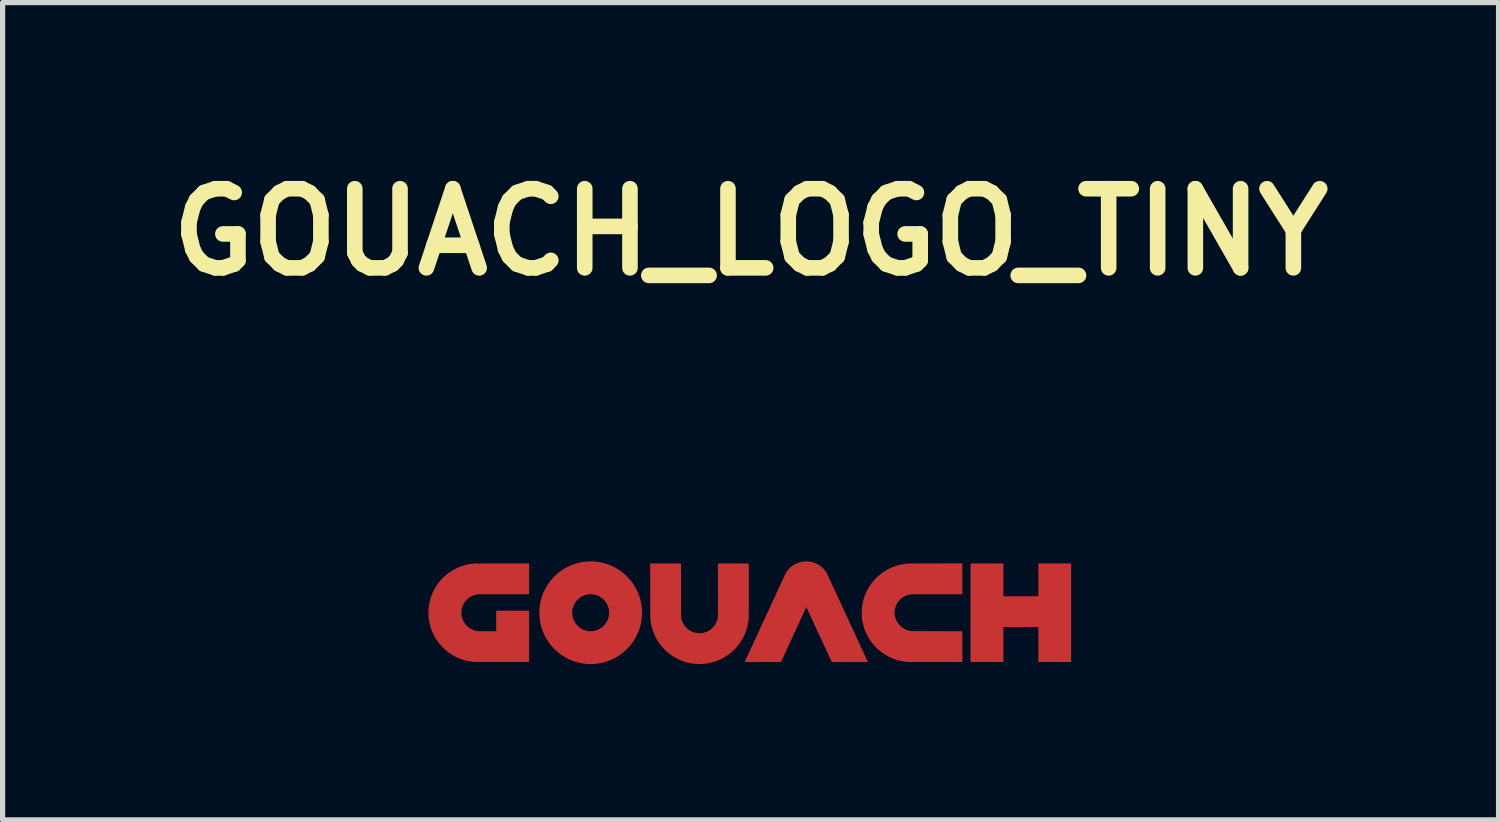
<source format=kicad_pcb>
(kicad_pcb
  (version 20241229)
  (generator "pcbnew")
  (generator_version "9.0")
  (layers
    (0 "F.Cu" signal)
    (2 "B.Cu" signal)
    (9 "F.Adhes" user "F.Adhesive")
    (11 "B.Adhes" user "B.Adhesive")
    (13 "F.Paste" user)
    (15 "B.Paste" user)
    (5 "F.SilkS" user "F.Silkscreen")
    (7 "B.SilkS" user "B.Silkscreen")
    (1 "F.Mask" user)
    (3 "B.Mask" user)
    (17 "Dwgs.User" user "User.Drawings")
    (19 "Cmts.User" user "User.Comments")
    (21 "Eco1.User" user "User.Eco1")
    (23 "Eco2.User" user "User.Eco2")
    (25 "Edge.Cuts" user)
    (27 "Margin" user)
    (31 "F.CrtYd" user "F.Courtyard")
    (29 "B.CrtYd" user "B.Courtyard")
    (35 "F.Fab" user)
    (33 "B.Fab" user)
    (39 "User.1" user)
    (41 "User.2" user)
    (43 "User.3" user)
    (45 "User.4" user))
  (footprint "GOUACH_LOGO_TINY"
    (layer "F.Cu")
    (at 11.401 8.718)
    (property "Reference" "GOUACH_LOGO_TINY" (at 0 -7.3 0) (layer "F.SilkS") (effects (font (size 1.524 1.524) (thickness 0.3))))
    (attr smd)
    (fp_poly (pts (xy 4.868 -0.288) (xy 5.54 -0.288) (xy 5.54 -0.92) (xy 6.172 -0.92) (xy 6.172 0.978) (xy 5.54 0.978) (xy 5.54 0.306) (xy 4.868 0.306) (xy 4.868 0.978) (xy 4.235 0.978) (xy 4.235 -0.92) (xy 4.868 -0.92)) (stroke (width 0) (type solid)) (fill yes) (layer "F.Cu"))
    (fp_poly (pts (xy -1.339 -0.415) (xy -1.339 -0.375) (xy -1.339 -0.338) (xy -1.339 -0.268) (xy -1.339 -0.237) (xy -1.339 -0.207) (xy -1.339 -0.178) (xy -1.339 -0.152) (xy -1.339 -0.127) (xy -1.339 -0.104) (xy -1.339 -0.083) (xy -1.339 -0.063) (xy -1.338 -0.044) (xy -1.338 -0.027) (xy -1.338 -0.011) (xy -1.338 0.004) (xy -1.338 0.017) (xy -1.338 0.03) (xy -1.338 0.041) (xy -1.338 0.051) (xy -1.338 0.061) (xy -1.338 0.069) (xy -1.338 0.076) (xy -1.338 0.083) (xy -1.337 0.089) (xy -1.337 0.095) (xy -1.337 0.099) (xy -1.337 0.103) (xy -1.337 0.107) (xy -1.336 0.11) (xy -1.336 0.113) (xy -1.336 0.116) (xy -1.336 0.118) (xy -1.335 0.12) (xy -1.335 0.122) (xy -1.335 0.124) (xy -1.334 0.126) (xy -1.334 0.128) (xy -1.334 0.13) (xy -1.333 0.132) (xy -1.333 0.132) (xy -1.327 0.16) (xy -1.319 0.186) (xy -1.309 0.211) (xy -1.297 0.236) (xy -1.283 0.259) (xy -1.267 0.282) (xy -1.25 0.303) (xy -1.234 0.32) (xy -1.213 0.339) (xy -1.192 0.356) (xy -1.169 0.371) (xy -1.146 0.384) (xy -1.121 0.396) (xy -1.095 0.405) (xy -1.069 0.413) (xy -1.041 0.419) (xy -1.027 0.421) (xy -1.019 0.422) (xy -1.009 0.422) (xy -0.999 0.423) (xy -0.987 0.423) (xy -0.976 0.423) (xy -0.964 0.423) (xy -0.954 0.422) (xy -0.945 0.421) (xy -0.939 0.421) (xy -0.912 0.416) (xy -0.885 0.409) (xy -0.858 0.401) (xy -0.833 0.39) (xy -0.809 0.378) (xy -0.786 0.364) (xy -0.764 0.348) (xy -0.743 0.33) (xy -0.724 0.31) (xy -0.705 0.289) (xy -0.697 0.278) (xy -0.682 0.257) (xy -0.669 0.234) (xy -0.658 0.211) (xy -0.648 0.186) (xy -0.64 0.161) (xy -0.634 0.134) (xy -0.631 0.117) (xy -0.629 0.103) (xy -0.628 -0.408) (xy -0.628 -0.92) (xy -0.034 -0.92) (xy -0.034 -0.413) (xy -0.034 -0.37) (xy -0.034 -0.328) (xy -0.034 -0.289) (xy -0.034 -0.251) (xy -0.034 -0.215) (xy -0.034 -0.181) (xy -0.034 -0.148) (xy -0.034 -0.117) (xy -0.034 -0.088) (xy -0.034 -0.061) (xy -0.034 -0.036) (xy -0.035 -0.012) (xy -0.035 0.01) (xy -0.035 0.029) (xy -0.035 0.047) (xy -0.035 0.063) (xy -0.035 0.076) (xy -0.035 0.088) (xy -0.035 0.098) (xy -0.035 0.105) (xy -0.035 0.111) (xy -0.035 0.114) (xy -0.035 0.115) (xy -0.039 0.161) (xy -0.044 0.206) (xy -0.052 0.25) (xy -0.061 0.294) (xy -0.073 0.337) (xy -0.086 0.379) (xy -0.102 0.421) (xy -0.119 0.462) (xy -0.139 0.502) (xy -0.161 0.541) (xy -0.184 0.58) (xy -0.194 0.595) (xy -0.22 0.632) (xy -0.248 0.668) (xy -0.277 0.702) (xy -0.307 0.734) (xy -0.34 0.765) (xy -0.373 0.795) (xy -0.409 0.823) (xy -0.414 0.827) (xy -0.45 0.853) (xy -0.487 0.877) (xy -0.525 0.899) (xy -0.564 0.92) (xy -0.604 0.938) (xy -0.645 0.955) (xy -0.683 0.968) (xy -0.726 0.981) (xy -0.769 0.993) (xy -0.813 1.002) (xy -0.857 1.009) (xy -0.902 1.013) (xy -0.946 1.016) (xy -0.992 1.017) (xy -1.022 1.016) (xy -1.066 1.013) (xy -1.11 1.008) (xy -1.154 1.002) (xy -1.197 0.993) (xy -1.24 0.982) (xy -1.281 0.969) (xy -1.323 0.954) (xy -1.363 0.938) (xy -1.402 0.92) (xy -1.441 0.9) (xy -1.478 0.878) (xy -1.515 0.854) (xy -1.55 0.829) (xy -1.585 0.802) (xy -1.618 0.774) (xy -1.65 0.744) (xy -1.68 0.712) (xy -1.709 0.679) (xy -1.737 0.645) (xy -1.763 0.609) (xy -1.788 0.572) (xy -1.811 0.533) (xy -1.817 0.522) (xy -1.837 0.483) (xy -1.855 0.444) (xy -1.871 0.403) (xy -1.886 0.362) (xy -1.899 0.32) (xy -1.909 0.278) (xy -1.918 0.235) (xy -1.923 0.201) (xy -1.924 0.194) (xy -1.925 0.187) (xy -1.926 0.179) (xy -1.927 0.171) (xy -1.928 0.162) (xy -1.929 0.151) (xy -1.93 0.139) (xy -1.931 0.134) (xy -1.931 0.133) (xy -1.931 0.13) (xy -1.931 0.126) (xy -1.931 0.121) (xy -1.931 0.114) (xy -1.931 0.106) (xy -1.931 0.097) (xy -1.931 0.087) (xy -1.931 0.075) (xy -1.931 0.061) (xy -1.931 0.046) (xy -1.932 0.03) (xy -1.932 0.012) (xy -1.932 -0.008) (xy -1.932 -0.029) (xy -1.932 -0.052) (xy -1.932 -0.077) (xy -1.932 -0.103) (xy -1.932 -0.132) (xy -1.932 -0.162) (xy -1.932 -0.194) (xy -1.932 -0.228) (xy -1.932 -0.264) (xy -1.932 -0.302) (xy -1.932 -0.342) (xy -1.932 -0.384) (xy -1.932 -0.399) (xy -1.933 -0.92) (xy -1.339 -0.92)) (stroke (width 0) (type solid)) (fill yes) (layer "F.Cu"))
    (fp_poly (pts (xy -4.264 -0.327) (xy -4.755 -0.326) (xy -4.793 -0.326) (xy -4.83 -0.326) (xy -4.865 -0.326) (xy -4.897 -0.326) (xy -4.928 -0.326) (xy -4.957 -0.326) (xy -4.984 -0.326) (xy -5.01 -0.326) (xy -5.033 -0.326) (xy -5.055 -0.326) (xy -5.076 -0.326) (xy -5.095 -0.326) (xy -5.113 -0.326) (xy -5.129 -0.326) (xy -5.144 -0.326) (xy -5.158 -0.326) (xy -5.17 -0.326) (xy -5.182 -0.326) (xy -5.192 -0.326) (xy -5.201 -0.326) (xy -5.209 -0.326) (xy -5.217 -0.326) (xy -5.223 -0.326) (xy -5.229 -0.325) (xy -5.234 -0.325) (xy -5.239 -0.325) (xy -5.242 -0.325) (xy -5.246 -0.325) (xy -5.248 -0.325) (xy -5.251 -0.325) (xy -5.252 -0.325) (xy -5.254 -0.325) (xy -5.255 -0.324) (xy -5.257 -0.324) (xy -5.257 -0.324) (xy -5.28 -0.32) (xy -5.301 -0.316) (xy -5.32 -0.31) (xy -5.339 -0.304) (xy -5.358 -0.296) (xy -5.372 -0.289) (xy -5.394 -0.277) (xy -5.413 -0.265) (xy -5.432 -0.251) (xy -5.45 -0.236) (xy -5.464 -0.223) (xy -5.481 -0.205) (xy -5.496 -0.187) (xy -5.509 -0.168) (xy -5.521 -0.149) (xy -5.532 -0.128) (xy -5.533 -0.127) (xy -5.543 -0.103) (xy -5.552 -0.08) (xy -5.559 -0.056) (xy -5.564 -0.032) (xy -5.567 -0.007) (xy -5.568 0.019) (xy -5.569 0.029) (xy -5.568 0.054) (xy -5.566 0.078) (xy -5.562 0.101) (xy -5.556 0.124) (xy -5.549 0.147) (xy -5.544 0.159) (xy -5.533 0.183) (xy -5.521 0.207) (xy -5.506 0.23) (xy -5.49 0.251) (xy -5.473 0.271) (xy -5.454 0.29) (xy -5.433 0.307) (xy -5.412 0.323) (xy -5.39 0.337) (xy -5.366 0.35) (xy -5.342 0.36) (xy -5.316 0.369) (xy -5.29 0.376) (xy -5.276 0.378) (xy -5.273 0.379) (xy -5.269 0.38) (xy -5.265 0.38) (xy -5.262 0.381) (xy -5.258 0.381) (xy -5.255 0.382) (xy -5.25 0.382) (xy -5.246 0.382) (xy -5.241 0.383) (xy -5.235 0.383) (xy -5.229 0.383) (xy -5.221 0.383) (xy -5.213 0.383) (xy -5.204 0.384) (xy -5.193 0.384) (xy -5.181 0.384) (xy -5.168 0.384) (xy -5.153 0.384) (xy -5.136 0.384) (xy -5.118 0.384) (xy -5.098 0.384) (xy -5.076 0.384) (xy -5.066 0.384) (xy -4.898 0.384) (xy -4.898 -0.011) (xy -4.264 -0.011) (xy -4.264 0.483) (xy -4.265 0.977) (xy -4.77 0.977) (xy -4.803 0.977) (xy -4.835 0.977) (xy -4.867 0.977) (xy -4.898 0.977) (xy -4.929 0.977) (xy -4.959 0.977) (xy -4.988 0.977) (xy -5.016 0.977) (xy -5.044 0.977) (xy -5.07 0.977) (xy -5.095 0.977) (xy -5.119 0.977) (xy -5.142 0.977) (xy -5.163 0.977) (xy -5.183 0.977) (xy -5.202 0.977) (xy -5.219 0.977) (xy -5.235 0.977) (xy -5.249 0.977) (xy -5.261 0.977) (xy -5.271 0.977) (xy -5.28 0.977) (xy -5.287 0.977) (xy -5.291 0.977) (xy -5.294 0.977) (xy -5.294 0.977) (xy -5.339 0.974) (xy -5.384 0.968) (xy -5.428 0.961) (xy -5.472 0.952) (xy -5.515 0.941) (xy -5.557 0.928) (xy -5.599 0.912) (xy -5.64 0.895) (xy -5.68 0.876) (xy -5.72 0.855) (xy -5.758 0.832) (xy -5.795 0.807) (xy -5.823 0.788) (xy -5.841 0.774) (xy -5.857 0.761) (xy -5.873 0.747) (xy -5.888 0.734) (xy -5.904 0.719) (xy -5.92 0.703) (xy -5.927 0.697) (xy -5.957 0.664) (xy -5.987 0.631) (xy -6.014 0.595) (xy -6.04 0.559) (xy -6.064 0.522) (xy -6.086 0.484) (xy -6.106 0.444) (xy -6.125 0.404) (xy -6.142 0.363) (xy -6.156 0.321) (xy -6.169 0.279) (xy -6.179 0.236) (xy -6.188 0.192) (xy -6.195 0.148) (xy -6.195 0.145) (xy -6.199 0.11) (xy -6.201 0.074) (xy -6.202 0.037) (xy -6.202 0.001) (xy -6.2 -0.035) (xy -6.198 -0.059) (xy -6.193 -0.103) (xy -6.186 -0.148) (xy -6.176 -0.191) (xy -6.165 -0.235) (xy -6.152 -0.277) (xy -6.136 -0.319) (xy -6.119 -0.36) (xy -6.1 -0.4) (xy -6.079 -0.439) (xy -6.056 -0.478) (xy -6.031 -0.515) (xy -6.013 -0.54) (xy -5.985 -0.575) (xy -5.957 -0.608) (xy -5.927 -0.64) (xy -5.895 -0.67) (xy -5.862 -0.699) (xy -5.828 -0.726) (xy -5.822 -0.731) (xy -5.785 -0.757) (xy -5.748 -0.781) (xy -5.709 -0.804) (xy -5.669 -0.824) (xy -5.629 -0.843) (xy -5.588 -0.86) (xy -5.546 -0.874) (xy -5.503 -0.887) (xy -5.459 -0.897) (xy -5.415 -0.906) (xy -5.371 -0.913) (xy -5.325 -0.917) (xy -5.309 -0.918) (xy -5.306 -0.919) (xy -5.301 -0.919) (xy -5.294 -0.919) (xy -5.286 -0.919) (xy -5.275 -0.919) (xy -5.262 -0.919) (xy -5.247 -0.919) (xy -5.23 -0.919) (xy -5.211 -0.919) (xy -5.19 -0.919) (xy -5.167 -0.919) (xy -5.142 -0.919) (xy -5.116 -0.919) (xy -5.087 -0.919) (xy -5.057 -0.919) (xy -5.025 -0.919) (xy -4.991 -0.919) (xy -4.956 -0.919) (xy -4.918 -0.919) (xy -4.879 -0.92) (xy -4.838 -0.92) (xy -4.796 -0.92) (xy -4.778 -0.92) (xy -4.264 -0.92)) (stroke (width 0) (type solid)) (fill yes) (layer "F.Cu"))
    (fp_poly (pts (xy 4.077 -0.327) (xy 3.587 -0.326) (xy 3.548 -0.326) (xy 3.511 -0.326) (xy 3.477 -0.326) (xy 3.444 -0.326) (xy 3.413 -0.326) (xy 3.384 -0.326) (xy 3.357 -0.326) (xy 3.332 -0.326) (xy 3.308 -0.326) (xy 3.286 -0.326) (xy 3.265 -0.326) (xy 3.246 -0.326) (xy 3.229 -0.326) (xy 3.212 -0.326) (xy 3.197 -0.326) (xy 3.184 -0.326) (xy 3.171 -0.326) (xy 3.16 -0.326) (xy 3.15 -0.326) (xy 3.14 -0.326) (xy 3.132 -0.326) (xy 3.125 -0.326) (xy 3.118 -0.326) (xy 3.112 -0.325) (xy 3.107 -0.325) (xy 3.103 -0.325) (xy 3.099 -0.325) (xy 3.096 -0.325) (xy 3.093 -0.325) (xy 3.091 -0.325) (xy 3.089 -0.325) (xy 3.087 -0.325) (xy 3.086 -0.324) (xy 3.085 -0.324) (xy 3.084 -0.324) (xy 3.056 -0.319) (xy 3.029 -0.312) (xy 3.004 -0.304) (xy 2.98 -0.294) (xy 2.957 -0.283) (xy 2.935 -0.27) (xy 2.918 -0.258) (xy 2.899 -0.242) (xy 2.88 -0.225) (xy 2.863 -0.207) (xy 2.846 -0.188) (xy 2.838 -0.176) (xy 2.823 -0.153) (xy 2.81 -0.129) (xy 2.799 -0.104) (xy 2.79 -0.079) (xy 2.782 -0.052) (xy 2.777 -0.024) (xy 2.775 -0.013) (xy 2.774 -0.005) (xy 2.774 0.003) (xy 2.773 0.013) (xy 2.773 0.023) (xy 2.773 0.034) (xy 2.773 0.044) (xy 2.774 0.053) (xy 2.774 0.061) (xy 2.775 0.064) (xy 2.778 0.09) (xy 2.784 0.115) (xy 2.791 0.139) (xy 2.8 0.163) (xy 2.801 0.165) (xy 2.813 0.19) (xy 2.826 0.213) (xy 2.841 0.235) (xy 2.858 0.256) (xy 2.876 0.276) (xy 2.896 0.294) (xy 2.917 0.311) (xy 2.939 0.327) (xy 2.962 0.34) (xy 2.987 0.352) (xy 3.012 0.362) (xy 3.038 0.371) (xy 3.065 0.377) (xy 3.066 0.377) (xy 3.068 0.378) (xy 3.07 0.378) (xy 3.072 0.379) (xy 3.074 0.379) (xy 3.076 0.379) (xy 3.077 0.38) (xy 3.079 0.38) (xy 3.081 0.38) (xy 3.084 0.381) (xy 3.086 0.381) (xy 3.089 0.381) (xy 3.092 0.381) (xy 3.095 0.382) (xy 3.1 0.382) (xy 3.104 0.382) (xy 3.109 0.382) (xy 3.115 0.382) (xy 3.122 0.382) (xy 3.13 0.383) (xy 3.138 0.383) (xy 3.147 0.383) (xy 3.157 0.383) (xy 3.169 0.383) (xy 3.181 0.383) (xy 3.194 0.383) (xy 3.209 0.383) (xy 3.225 0.383) (xy 3.243 0.383) (xy 3.261 0.383) (xy 3.282 0.383) (xy 3.303 0.383) (xy 3.327 0.383) (xy 3.352 0.383) (xy 3.378 0.383) (xy 3.407 0.383) (xy 3.437 0.383) (xy 3.469 0.383) (xy 3.503 0.383) (xy 3.539 0.383) (xy 3.577 0.384) (xy 3.589 0.384) (xy 4.077 0.384) (xy 4.077 0.978) (xy 3.574 0.978) (xy 3.541 0.978) (xy 3.509 0.977) (xy 3.477 0.977) (xy 3.446 0.977) (xy 3.415 0.977) (xy 3.385 0.977) (xy 3.356 0.977) (xy 3.328 0.977) (xy 3.301 0.977) (xy 3.274 0.977) (xy 3.249 0.977) (xy 3.225 0.977) (xy 3.203 0.977) (xy 3.181 0.977) (xy 3.161 0.977) (xy 3.142 0.977) (xy 3.125 0.977) (xy 3.11 0.977) (xy 3.096 0.977) (xy 3.083 0.977) (xy 3.073 0.977) (xy 3.064 0.977) (xy 3.058 0.977) (xy 3.053 0.977) (xy 3.05 0.977) (xy 3.05 0.977) (xy 3.005 0.974) (xy 2.961 0.969) (xy 2.917 0.962) (xy 2.873 0.953) (xy 2.83 0.942) (xy 2.788 0.929) (xy 2.746 0.914) (xy 2.705 0.896) (xy 2.665 0.877) (xy 2.625 0.856) (xy 2.586 0.834) (xy 2.549 0.809) (xy 2.516 0.785) (xy 2.485 0.76) (xy 2.454 0.734) (xy 2.424 0.706) (xy 2.396 0.677) (xy 2.369 0.647) (xy 2.36 0.637) (xy 2.332 0.601) (xy 2.306 0.565) (xy 2.281 0.527) (xy 2.258 0.488) (xy 2.238 0.449) (xy 2.219 0.409) (xy 2.202 0.368) (xy 2.187 0.326) (xy 2.174 0.283) (xy 2.163 0.24) (xy 2.154 0.196) (xy 2.148 0.151) (xy 2.147 0.148) (xy 2.146 0.137) (xy 2.145 0.126) (xy 2.144 0.117) (xy 2.143 0.108) (xy 2.142 0.099) (xy 2.142 0.09) (xy 2.141 0.08) (xy 2.141 0.069) (xy 2.141 0.058) (xy 2.141 0.045) (xy 2.141 0.03) (xy 2.141 0.012) (xy 2.141 -0.005) (xy 2.141 -0.02) (xy 2.142 -0.034) (xy 2.143 -0.047) (xy 2.144 -0.06) (xy 2.145 -0.073) (xy 2.147 -0.086) (xy 2.148 -0.1) (xy 2.151 -0.115) (xy 2.151 -0.117) (xy 2.159 -0.161) (xy 2.169 -0.204) (xy 2.181 -0.246) (xy 2.195 -0.288) (xy 2.211 -0.329) (xy 2.228 -0.369) (xy 2.248 -0.409) (xy 2.269 -0.447) (xy 2.293 -0.485) (xy 2.318 -0.521) (xy 2.344 -0.556) (xy 2.373 -0.59) (xy 2.403 -0.623) (xy 2.434 -0.655) (xy 2.468 -0.685) (xy 2.492 -0.705) (xy 2.527 -0.732) (xy 2.563 -0.757) (xy 2.6 -0.781) (xy 2.638 -0.803) (xy 2.677 -0.823) (xy 2.716 -0.841) (xy 2.751 -0.855) (xy 2.784 -0.867) (xy 2.816 -0.878) (xy 2.849 -0.887) (xy 2.881 -0.895) (xy 2.915 -0.902) (xy 2.949 -0.908) (xy 2.984 -0.913) (xy 3.021 -0.917) (xy 3.04 -0.919) (xy 3.042 -0.919) (xy 3.045 -0.919) (xy 3.049 -0.919) (xy 3.054 -0.919) (xy 3.06 -0.919) (xy 3.067 -0.919) (xy 3.076 -0.919) (xy 3.086 -0.919) (xy 3.097 -0.919) (xy 3.109 -0.919) (xy 3.123 -0.92) (xy 3.139 -0.92) (xy 3.155 -0.92) (xy 3.174 -0.92) (xy 3.194 -0.92) (xy 3.215 -0.92) (xy 3.238 -0.92) (xy 3.263 -0.92) (xy 3.29 -0.92) (xy 3.318 -0.92) (xy 3.349 -0.92) (xy 3.381 -0.92) (xy 3.415 -0.92) (xy 3.451 -0.92) (xy 3.489 -0.92) (xy 3.529 -0.92) (xy 3.567 -0.92) (xy 4.077 -0.921)) (stroke (width 0) (type solid)) (fill yes) (layer "F.Cu"))
    (fp_poly (pts (xy -3.051 -0.959) (xy -3.025 -0.958) (xy -3.001 -0.957) (xy -2.976 -0.954) (xy -2.952 -0.952) (xy -2.927 -0.948) (xy -2.912 -0.946) (xy -2.868 -0.937) (xy -2.824 -0.926) (xy -2.78 -0.914) (xy -2.738 -0.899) (xy -2.696 -0.883) (xy -2.655 -0.865) (xy -2.615 -0.845) (xy -2.576 -0.823) (xy -2.538 -0.799) (xy -2.502 -0.774) (xy -2.466 -0.747) (xy -2.432 -0.718) (xy -2.398 -0.688) (xy -2.367 -0.657) (xy -2.336 -0.624) (xy -2.307 -0.589) (xy -2.28 -0.554) (xy -2.254 -0.516) (xy -2.23 -0.478) (xy -2.211 -0.445) (xy -2.19 -0.405) (xy -2.171 -0.364) (xy -2.154 -0.322) (xy -2.139 -0.279) (xy -2.126 -0.236) (xy -2.115 -0.192) (xy -2.106 -0.148) (xy -2.099 -0.104) (xy -2.094 -0.059) (xy -2.091 -0.014) (xy -2.09 0.031) (xy -2.091 0.077) (xy -2.094 0.122) (xy -2.1 0.167) (xy -2.107 0.212) (xy -2.115 0.252) (xy -2.127 0.297) (xy -2.14 0.34) (xy -2.155 0.383) (xy -2.173 0.425) (xy -2.192 0.466) (xy -2.213 0.507) (xy -2.236 0.546) (xy -2.261 0.585) (xy -2.288 0.622) (xy -2.317 0.659) (xy -2.34 0.686) (xy -2.347 0.693) (xy -2.355 0.702) (xy -2.364 0.711) (xy -2.374 0.721) (xy -2.384 0.731) (xy -2.394 0.741) (xy -2.403 0.75) (xy -2.412 0.759) (xy -2.42 0.766) (xy -2.422 0.767) (xy -2.457 0.797) (xy -2.494 0.826) (xy -2.532 0.852) (xy -2.571 0.877) (xy -2.61 0.899) (xy -2.651 0.92) (xy -2.692 0.939) (xy -2.735 0.955) (xy -2.778 0.97) (xy -2.822 0.983) (xy -2.832 0.986) (xy -2.868 0.994) (xy -2.904 1.001) (xy -2.94 1.007) (xy -2.976 1.012) (xy -3.014 1.015) (xy -3.046 1.016) (xy -3.056 1.017) (xy -3.063 1.017) (xy -3.07 1.017) (xy -3.075 1.017) (xy -3.081 1.017) (xy -3.087 1.017) (xy -3.093 1.017) (xy -3.101 1.017) (xy -3.11 1.016) (xy -3.115 1.016) (xy -3.16 1.014) (xy -3.205 1.009) (xy -3.25 1.002) (xy -3.294 0.993) (xy -3.338 0.983) (xy -3.38 0.97) (xy -3.423 0.955) (xy -3.464 0.939) (xy -3.505 0.92) (xy -3.545 0.9) (xy -3.583 0.878) (xy -3.621 0.855) (xy -3.658 0.83) (xy -3.694 0.803) (xy -3.728 0.774) (xy -3.761 0.744) (xy -3.793 0.712) (xy -3.823 0.679) (xy -3.852 0.644) (xy -3.88 0.608) (xy -3.897 0.583) (xy -3.922 0.544) (xy -3.945 0.505) (xy -3.966 0.464) (xy -3.985 0.423) (xy -4.003 0.381) (xy -4.018 0.338) (xy -4.031 0.295) (xy -4.042 0.251) (xy -4.051 0.207) (xy -4.058 0.162) (xy -4.063 0.117) (xy -4.066 0.072) (xy -4.067 0.026) (xy -4.067 0.024) (xy -3.434 0.024) (xy -3.434 0.035) (xy -3.433 0.046) (xy -3.433 0.057) (xy -3.432 0.066) (xy -3.431 0.075) (xy -3.431 0.078) (xy -3.427 0.101) (xy -3.421 0.123) (xy -3.415 0.143) (xy -3.408 0.163) (xy -3.399 0.183) (xy -3.396 0.189) (xy -3.382 0.213) (xy -3.367 0.236) (xy -3.351 0.257) (xy -3.332 0.277) (xy -3.312 0.296) (xy -3.291 0.313) (xy -3.275 0.324) (xy -3.251 0.339) (xy -3.227 0.351) (xy -3.203 0.362) (xy -3.177 0.37) (xy -3.151 0.377) (xy -3.123 0.381) (xy -3.105 0.383) (xy -3.1 0.383) (xy -3.094 0.384) (xy -3.086 0.384) (xy -3.078 0.384) (xy -3.07 0.384) (xy -3.062 0.383) (xy -3.055 0.383) (xy -3.05 0.383) (xy -3.049 0.383) (xy -3.021 0.379) (xy -2.994 0.374) (xy -2.968 0.366) (xy -2.95 0.359) (xy -2.924 0.348) (xy -2.9 0.336) (xy -2.877 0.321) (xy -2.855 0.305) (xy -2.835 0.287) (xy -2.816 0.268) (xy -2.799 0.247) (xy -2.783 0.225) (xy -2.769 0.202) (xy -2.756 0.178) (xy -2.746 0.153) (xy -2.741 0.14) (xy -2.734 0.114) (xy -2.728 0.088) (xy -2.725 0.062) (xy -2.723 0.035) (xy -2.724 0.008) (xy -2.726 -0.019) (xy -2.731 -0.045) (xy -2.734 -0.06) (xy -2.743 -0.086) (xy -2.752 -0.112) (xy -2.764 -0.137) (xy -2.778 -0.16) (xy -2.793 -0.183) (xy -2.81 -0.204) (xy -2.829 -0.224) (xy -2.849 -0.243) (xy -2.865 -0.255) (xy -2.878 -0.264) (xy -2.89 -0.272) (xy -2.903 -0.28) (xy -2.916 -0.287) (xy -2.923 -0.29) (xy -2.947 -0.301) (xy -2.971 -0.31) (xy -2.996 -0.317) (xy -3.021 -0.322) (xy -3.047 -0.325) (xy -3.069 -0.326) (xy -3.096 -0.326) (xy -3.124 -0.324) (xy -3.15 -0.319) (xy -3.177 -0.313) (xy -3.202 -0.304) (xy -3.207 -0.302) (xy -3.233 -0.291) (xy -3.257 -0.279) (xy -3.28 -0.264) (xy -3.301 -0.248) (xy -3.321 -0.231) (xy -3.34 -0.212) (xy -3.357 -0.191) (xy -3.373 -0.17) (xy -3.387 -0.148) (xy -3.399 -0.124) (xy -3.41 -0.099) (xy -3.419 -0.074) (xy -3.426 -0.048) (xy -3.431 -0.021) (xy -3.433 -0.003) (xy -3.433 0.005) (xy -3.434 0.014) (xy -3.434 0.024) (xy -4.067 0.024) (xy -4.066 -0.02) (xy -4.063 -0.066) (xy -4.061 -0.086) (xy -4.055 -0.131) (xy -4.046 -0.175) (xy -4.036 -0.219) (xy -4.024 -0.263) (xy -4.009 -0.306) (xy -3.993 -0.348) (xy -3.975 -0.39) (xy -3.955 -0.43) (xy -3.933 -0.47) (xy -3.909 -0.508) (xy -3.883 -0.546) (xy -3.855 -0.583) (xy -3.852 -0.588) (xy -3.822 -0.623) (xy -3.791 -0.656) (xy -3.759 -0.688) (xy -3.725 -0.719) (xy -3.691 -0.748) (xy -3.654 -0.775) (xy -3.617 -0.8) (xy -3.579 -0.824) (xy -3.539 -0.846) (xy -3.499 -0.866) (xy -3.458 -0.884) (xy -3.415 -0.901) (xy -3.373 -0.915) (xy -3.329 -0.928) (xy -3.317 -0.931) (xy -3.282 -0.939) (xy -3.249 -0.945) (xy -3.216 -0.95) (xy -3.183 -0.954) (xy -3.15 -0.957) (xy -3.115 -0.959) (xy -3.079 -0.959) (xy -3.079 -0.959)) (stroke (width 0) (type solid)) (fill yes) (layer "F.Cu"))
    (fp_poly (pts (xy 1.073 -0.959) (xy 1.084 -0.959) (xy 1.095 -0.958) (xy 1.105 -0.958) (xy 1.114 -0.958) (xy 1.122 -0.957) (xy 1.127 -0.957) (xy 1.159 -0.952) (xy 1.19 -0.945) (xy 1.219 -0.936) (xy 1.248 -0.925) (xy 1.276 -0.913) (xy 1.303 -0.898) (xy 1.329 -0.882) (xy 1.353 -0.864) (xy 1.377 -0.844) (xy 1.394 -0.828) (xy 1.413 -0.807) (xy 1.431 -0.786) (xy 1.448 -0.763) (xy 1.463 -0.739) (xy 1.472 -0.723) (xy 1.473 -0.722) (xy 1.475 -0.718) (xy 1.477 -0.713) (xy 1.48 -0.706) (xy 1.484 -0.698) (xy 1.489 -0.687) (xy 1.495 -0.676) (xy 1.501 -0.662) (xy 1.508 -0.647) (xy 1.515 -0.631) (xy 1.524 -0.613) (xy 1.532 -0.594) (xy 1.542 -0.574) (xy 1.552 -0.552) (xy 1.562 -0.529) (xy 1.574 -0.505) (xy 1.585 -0.48) (xy 1.597 -0.454) (xy 1.61 -0.427) (xy 1.623 -0.399) (xy 1.636 -0.37) (xy 1.65 -0.341) (xy 1.664 -0.311) (xy 1.678 -0.28) (xy 1.693 -0.248) (xy 1.708 -0.216) (xy 1.723 -0.183) (xy 1.738 -0.15) (xy 1.754 -0.116) (xy 1.77 -0.082) (xy 1.785 -0.047) (xy 1.801 -0.013) (xy 1.818 0.022) (xy 1.834 0.057) (xy 1.85 0.092) (xy 1.866 0.128) (xy 1.883 0.163) (xy 1.899 0.198) (xy 1.915 0.233) (xy 1.931 0.268) (xy 1.947 0.303) (xy 1.963 0.337) (xy 1.979 0.371) (xy 1.994 0.405) (xy 2.01 0.438) (xy 2.025 0.471) (xy 2.04 0.503) (xy 2.054 0.535) (xy 2.069 0.566) (xy 2.083 0.596) (xy 2.096 0.626) (xy 2.11 0.655) (xy 2.123 0.683) (xy 2.135 0.71) (xy 2.147 0.736) (xy 2.159 0.761) (xy 2.17 0.785) (xy 2.18 0.807) (xy 2.19 0.829) (xy 2.2 0.849) (xy 2.208 0.868) (xy 2.217 0.886) (xy 2.224 0.903) (xy 2.231 0.918) (xy 2.237 0.931) (xy 2.243 0.943) (xy 2.247 0.953) (xy 2.251 0.962) (xy 2.254 0.969) (xy 2.257 0.974) (xy 2.258 0.977) (xy 2.259 0.978) (xy 2.259 0.978) (xy 2.258 0.978) (xy 2.255 0.978) (xy 2.25 0.978) (xy 2.243 0.978) (xy 2.234 0.979) (xy 2.223 0.979) (xy 2.211 0.979) (xy 2.197 0.979) (xy 2.182 0.979) (xy 2.165 0.979) (xy 2.147 0.979) (xy 2.128 0.979) (xy 2.107 0.979) (xy 2.086 0.979) (xy 2.063 0.979) (xy 2.039 0.979) (xy 2.015 0.979) (xy 1.99 0.979) (xy 1.964 0.979) (xy 1.937 0.979) (xy 1.912 0.979) (xy 1.878 0.979) (xy 1.847 0.979) (xy 1.818 0.979) (xy 1.79 0.979) (xy 1.765 0.979) (xy 1.741 0.979) (xy 1.719 0.979) (xy 1.699 0.979) (xy 1.68 0.979) (xy 1.664 0.979) (xy 1.648 0.979) (xy 1.634 0.978) (xy 1.622 0.978) (xy 1.611 0.978) (xy 1.601 0.978) (xy 1.593 0.978) (xy 1.586 0.978) (xy 1.58 0.978) (xy 1.575 0.978) (xy 1.571 0.978) (xy 1.568 0.978) (xy 1.565 0.978) (xy 1.564 0.978) (xy 1.564 0.977) (xy 1.564 0.977) (xy 1.563 0.976) (xy 1.562 0.973) (xy 1.56 0.969) (xy 1.557 0.962) (xy 1.553 0.954) (xy 1.548 0.944) (xy 1.543 0.932) (xy 1.537 0.919) (xy 1.53 0.905) (xy 1.522 0.889) (xy 1.514 0.871) (xy 1.506 0.853) (xy 1.496 0.833) (xy 1.487 0.812) (xy 1.476 0.789) (xy 1.465 0.766) (xy 1.454 0.741) (xy 1.442 0.716) (xy 1.43 0.689) (xy 1.417 0.662) (xy 1.404 0.634) (xy 1.391 0.605) (xy 1.377 0.575) (xy 1.363 0.545) (xy 1.349 0.514) (xy 1.334 0.483) (xy 1.319 0.451) (xy 1.318 0.448) (xy 1.303 0.416) (xy 1.288 0.384) (xy 1.274 0.354) (xy 1.26 0.323) (xy 1.246 0.294) (xy 1.233 0.265) (xy 1.22 0.237) (xy 1.207 0.209) (xy 1.195 0.183) (xy 1.183 0.157) (xy 1.171 0.133) (xy 1.161 0.109) (xy 1.15 0.087) (xy 1.14 0.066) (xy 1.131 0.046) (xy 1.122 0.027) (xy 1.114 0.009) (xy 1.107 -0.007) (xy 1.1 -0.021) (xy 1.094 -0.034) (xy 1.088 -0.046) (xy 1.084 -0.056) (xy 1.08 -0.064) (xy 1.077 -0.071) (xy 1.074 -0.076) (xy 1.073 -0.079) (xy 1.072 -0.08) (xy 1.072 -0.08) (xy 1.072 -0.079) (xy 1.071 -0.076) (xy 1.068 -0.071) (xy 1.065 -0.065) (xy 1.062 -0.057) (xy 1.057 -0.047) (xy 1.052 -0.035) (xy 1.046 -0.022) (xy 1.039 -0.008) (xy 1.032 0.008) (xy 1.024 0.025) (xy 1.015 0.044) (xy 1.006 0.064) (xy 0.996 0.085) (xy 0.986 0.108) (xy 0.975 0.131) (xy 0.964 0.156) (xy 0.952 0.181) (xy 0.94 0.208) (xy 0.927 0.235) (xy 0.914 0.263) (xy 0.901 0.292) (xy 0.888 0.322) (xy 0.874 0.352) (xy 0.859 0.383) (xy 0.845 0.414) (xy 0.83 0.446) (xy 0.829 0.449) (xy 0.586 0.978) (xy 0.236 0.978) (xy 0.203 0.979) (xy 0.173 0.979) (xy 0.145 0.979) (xy 0.118 0.979) (xy 0.094 0.979) (xy 0.071 0.979) (xy 0.05 0.979) (xy 0.03 0.979) (xy 0.012 0.979) (xy -0.004 0.979) (xy -0.019 0.979) (xy -0.032 0.979) (xy -0.044 0.979) (xy -0.055 0.978) (xy -0.065 0.978) (xy -0.073 0.978) (xy -0.081 0.978) (xy -0.087 0.978) (xy -0.093 0.978) (xy -0.097 0.978) (xy -0.101 0.978) (xy -0.105 0.978) (xy -0.107 0.978) (xy -0.109 0.978) (xy -0.111 0.978) (xy -0.112 0.977) (xy -0.113 0.977) (xy -0.113 0.977) (xy -0.113 0.977) (xy -0.113 0.977) (xy -0.113 0.976) (xy -0.111 0.973) (xy -0.109 0.968) (xy -0.106 0.961) (xy -0.102 0.953) (xy -0.098 0.943) (xy -0.092 0.931) (xy -0.086 0.918) (xy -0.079 0.903) (xy -0.072 0.887) (xy -0.064 0.869) (xy -0.055 0.85) (xy -0.046 0.83) (xy -0.036 0.809) (xy -0.025 0.786) (xy -0.014 0.762) (xy -0.003 0.737) (xy 0.009 0.711) (xy 0.021 0.685) (xy 0.034 0.657) (xy 0.048 0.628) (xy 0.061 0.599) (xy 0.075 0.568) (xy 0.089 0.538) (xy 0.104 0.506) (xy 0.119 0.474) (xy 0.134 0.441) (xy 0.149 0.408) (xy 0.165 0.374) (xy 0.18 0.34) (xy 0.196 0.306) (xy 0.212 0.271) (xy 0.228 0.236) (xy 0.245 0.201) (xy 0.261 0.166) (xy 0.277 0.131) (xy 0.293 0.096) (xy 0.309 0.061) (xy 0.326 0.026) (xy 0.342 -0.009) (xy 0.358 -0.044) (xy 0.374 -0.078) (xy 0.389 -0.112) (xy 0.405 -0.146) (xy 0.42 -0.179) (xy 0.435 -0.212) (xy 0.45 -0.244) (xy 0.465 -0.276) (xy 0.479 -0.306) (xy 0.493 -0.337) (xy 0.507 -0.366) (xy 0.52 -0.395) (xy 0.533 -0.423) (xy 0.546 -0.45) (xy 0.558 -0.476) (xy 0.569 -0.501) (xy 0.58 -0.525) (xy 0.591 -0.547) (xy 0.601 -0.569) (xy 0.61 -0.589) (xy 0.619 -0.608) (xy 0.627 -0.626) (xy 0.635 -0.642) (xy 0.642 -0.657) (xy 0.648 -0.67) (xy 0.653 -0.682) (xy 0.658 -0.692) (xy 0.662 -0.701) (xy 0.665 -0.708) (xy 0.667 -0.713) (xy 0.669 -0.716) (xy 0.669 -0.717) (xy 0.684 -0.744) (xy 0.701 -0.769) (xy 0.72 -0.793) (xy 0.739 -0.816) (xy 0.761 -0.838) (xy 0.783 -0.857) (xy 0.788 -0.861) (xy 0.812 -0.879) (xy 0.838 -0.896) (xy 0.865 -0.911) (xy 0.893 -0.923) (xy 0.921 -0.934) (xy 0.951 -0.943) (xy 0.981 -0.95) (xy 1.012 -0.956) (xy 1.036 -0.958) (xy 1.043 -0.959) (xy 1.052 -0.959) (xy 1.062 -0.959)) (stroke (width 0) (type solid)) (fill yes) (layer "F.Cu"))
    (fp_poly (pts (xy 4.868 -0.288) (xy 5.54 -0.288) (xy 5.54 -0.92) (xy 6.172 -0.92) (xy 6.172 0.978) (xy 5.54 0.978) (xy 5.54 0.306) (xy 4.868 0.306) (xy 4.868 0.978) (xy 4.235 0.978) (xy 4.235 -0.92) (xy 4.868 -0.92)) (stroke (width 0) (type solid)) (fill yes) (layer "F.Mask"))
    (fp_poly (pts (xy -1.339 -0.415) (xy -1.339 -0.375) (xy -1.339 -0.338) (xy -1.339 -0.268) (xy -1.339 -0.237) (xy -1.339 -0.207) (xy -1.339 -0.178) (xy -1.339 -0.152) (xy -1.339 -0.127) (xy -1.339 -0.104) (xy -1.339 -0.083) (xy -1.339 -0.063) (xy -1.338 -0.044) (xy -1.338 -0.027) (xy -1.338 -0.011) (xy -1.338 0.004) (xy -1.338 0.017) (xy -1.338 0.03) (xy -1.338 0.041) (xy -1.338 0.051) (xy -1.338 0.061) (xy -1.338 0.069) (xy -1.338 0.076) (xy -1.338 0.083) (xy -1.337 0.089) (xy -1.337 0.095) (xy -1.337 0.099) (xy -1.337 0.103) (xy -1.337 0.107) (xy -1.336 0.11) (xy -1.336 0.113) (xy -1.336 0.116) (xy -1.336 0.118) (xy -1.335 0.12) (xy -1.335 0.122) (xy -1.335 0.124) (xy -1.334 0.126) (xy -1.334 0.128) (xy -1.334 0.13) (xy -1.333 0.132) (xy -1.333 0.132) (xy -1.327 0.16) (xy -1.319 0.186) (xy -1.309 0.211) (xy -1.297 0.236) (xy -1.283 0.259) (xy -1.267 0.282) (xy -1.25 0.303) (xy -1.234 0.32) (xy -1.213 0.339) (xy -1.192 0.356) (xy -1.169 0.371) (xy -1.146 0.384) (xy -1.121 0.396) (xy -1.095 0.405) (xy -1.069 0.413) (xy -1.041 0.419) (xy -1.027 0.421) (xy -1.019 0.422) (xy -1.009 0.422) (xy -0.999 0.423) (xy -0.987 0.423) (xy -0.976 0.423) (xy -0.964 0.423) (xy -0.954 0.422) (xy -0.945 0.421) (xy -0.939 0.421) (xy -0.912 0.416) (xy -0.885 0.409) (xy -0.858 0.401) (xy -0.833 0.39) (xy -0.809 0.378) (xy -0.786 0.364) (xy -0.764 0.348) (xy -0.743 0.33) (xy -0.724 0.31) (xy -0.705 0.289) (xy -0.697 0.278) (xy -0.682 0.257) (xy -0.669 0.234) (xy -0.658 0.211) (xy -0.648 0.186) (xy -0.64 0.161) (xy -0.634 0.134) (xy -0.631 0.117) (xy -0.629 0.103) (xy -0.628 -0.408) (xy -0.628 -0.92) (xy -0.034 -0.92) (xy -0.034 -0.413) (xy -0.034 -0.37) (xy -0.034 -0.328) (xy -0.034 -0.289) (xy -0.034 -0.251) (xy -0.034 -0.215) (xy -0.034 -0.181) (xy -0.034 -0.148) (xy -0.034 -0.117) (xy -0.034 -0.088) (xy -0.034 -0.061) (xy -0.034 -0.036) (xy -0.035 -0.012) (xy -0.035 0.01) (xy -0.035 0.029) (xy -0.035 0.047) (xy -0.035 0.063) (xy -0.035 0.076) (xy -0.035 0.088) (xy -0.035 0.098) (xy -0.035 0.105) (xy -0.035 0.111) (xy -0.035 0.114) (xy -0.035 0.115) (xy -0.039 0.161) (xy -0.044 0.206) (xy -0.052 0.25) (xy -0.061 0.294) (xy -0.073 0.337) (xy -0.086 0.379) (xy -0.102 0.421) (xy -0.119 0.462) (xy -0.139 0.502) (xy -0.161 0.541) (xy -0.184 0.58) (xy -0.194 0.595) (xy -0.22 0.632) (xy -0.248 0.668) (xy -0.277 0.702) (xy -0.307 0.734) (xy -0.34 0.765) (xy -0.373 0.795) (xy -0.409 0.823) (xy -0.414 0.827) (xy -0.45 0.853) (xy -0.487 0.877) (xy -0.525 0.899) (xy -0.564 0.92) (xy -0.604 0.938) (xy -0.645 0.955) (xy -0.683 0.968) (xy -0.726 0.981) (xy -0.769 0.993) (xy -0.813 1.002) (xy -0.857 1.009) (xy -0.902 1.013) (xy -0.946 1.016) (xy -0.992 1.017) (xy -1.022 1.016) (xy -1.066 1.013) (xy -1.11 1.008) (xy -1.154 1.002) (xy -1.197 0.993) (xy -1.24 0.982) (xy -1.281 0.969) (xy -1.323 0.954) (xy -1.363 0.938) (xy -1.402 0.92) (xy -1.441 0.9) (xy -1.478 0.878) (xy -1.515 0.854) (xy -1.55 0.829) (xy -1.585 0.802) (xy -1.618 0.774) (xy -1.65 0.744) (xy -1.68 0.712) (xy -1.709 0.679) (xy -1.737 0.645) (xy -1.763 0.609) (xy -1.788 0.572) (xy -1.811 0.533) (xy -1.817 0.522) (xy -1.837 0.483) (xy -1.855 0.444) (xy -1.871 0.403) (xy -1.886 0.362) (xy -1.899 0.32) (xy -1.909 0.278) (xy -1.918 0.235) (xy -1.923 0.201) (xy -1.924 0.194) (xy -1.925 0.187) (xy -1.926 0.179) (xy -1.927 0.171) (xy -1.928 0.162) (xy -1.929 0.151) (xy -1.93 0.139) (xy -1.931 0.134) (xy -1.931 0.133) (xy -1.931 0.13) (xy -1.931 0.126) (xy -1.931 0.121) (xy -1.931 0.114) (xy -1.931 0.106) (xy -1.931 0.097) (xy -1.931 0.087) (xy -1.931 0.075) (xy -1.931 0.061) (xy -1.931 0.046) (xy -1.932 0.03) (xy -1.932 0.012) (xy -1.932 -0.008) (xy -1.932 -0.029) (xy -1.932 -0.052) (xy -1.932 -0.077) (xy -1.932 -0.103) (xy -1.932 -0.132) (xy -1.932 -0.162) (xy -1.932 -0.194) (xy -1.932 -0.228) (xy -1.932 -0.264) (xy -1.932 -0.302) (xy -1.932 -0.342) (xy -1.932 -0.384) (xy -1.932 -0.399) (xy -1.933 -0.92) (xy -1.339 -0.92)) (stroke (width 0) (type solid)) (fill yes) (layer "F.Mask"))
    (fp_poly (pts (xy -4.264 -0.327) (xy -4.755 -0.326) (xy -4.793 -0.326) (xy -4.83 -0.326) (xy -4.865 -0.326) (xy -4.897 -0.326) (xy -4.928 -0.326) (xy -4.957 -0.326) (xy -4.984 -0.326) (xy -5.01 -0.326) (xy -5.033 -0.326) (xy -5.055 -0.326) (xy -5.076 -0.326) (xy -5.095 -0.326) (xy -5.113 -0.326) (xy -5.129 -0.326) (xy -5.144 -0.326) (xy -5.158 -0.326) (xy -5.17 -0.326) (xy -5.182 -0.326) (xy -5.192 -0.326) (xy -5.201 -0.326) (xy -5.209 -0.326) (xy -5.217 -0.326) (xy -5.223 -0.326) (xy -5.229 -0.325) (xy -5.234 -0.325) (xy -5.239 -0.325) (xy -5.242 -0.325) (xy -5.246 -0.325) (xy -5.248 -0.325) (xy -5.251 -0.325) (xy -5.252 -0.325) (xy -5.254 -0.325) (xy -5.255 -0.324) (xy -5.257 -0.324) (xy -5.257 -0.324) (xy -5.28 -0.32) (xy -5.301 -0.316) (xy -5.32 -0.31) (xy -5.339 -0.304) (xy -5.358 -0.296) (xy -5.372 -0.289) (xy -5.394 -0.277) (xy -5.413 -0.265) (xy -5.432 -0.251) (xy -5.45 -0.236) (xy -5.464 -0.223) (xy -5.481 -0.205) (xy -5.496 -0.187) (xy -5.509 -0.168) (xy -5.521 -0.149) (xy -5.532 -0.128) (xy -5.533 -0.127) (xy -5.543 -0.103) (xy -5.552 -0.08) (xy -5.559 -0.056) (xy -5.564 -0.032) (xy -5.567 -0.007) (xy -5.568 0.019) (xy -5.569 0.029) (xy -5.568 0.054) (xy -5.566 0.078) (xy -5.562 0.101) (xy -5.556 0.124) (xy -5.549 0.147) (xy -5.544 0.159) (xy -5.533 0.183) (xy -5.521 0.207) (xy -5.506 0.23) (xy -5.49 0.251) (xy -5.473 0.271) (xy -5.454 0.29) (xy -5.433 0.307) (xy -5.412 0.323) (xy -5.39 0.337) (xy -5.366 0.35) (xy -5.342 0.36) (xy -5.316 0.369) (xy -5.29 0.376) (xy -5.276 0.378) (xy -5.273 0.379) (xy -5.269 0.38) (xy -5.265 0.38) (xy -5.262 0.381) (xy -5.258 0.381) (xy -5.255 0.382) (xy -5.25 0.382) (xy -5.246 0.382) (xy -5.241 0.383) (xy -5.235 0.383) (xy -5.229 0.383) (xy -5.221 0.383) (xy -5.213 0.383) (xy -5.204 0.384) (xy -5.193 0.384) (xy -5.181 0.384) (xy -5.168 0.384) (xy -5.153 0.384) (xy -5.136 0.384) (xy -5.118 0.384) (xy -5.098 0.384) (xy -5.076 0.384) (xy -5.066 0.384) (xy -4.898 0.384) (xy -4.898 -0.011) (xy -4.264 -0.011) (xy -4.264 0.483) (xy -4.265 0.977) (xy -4.77 0.977) (xy -4.803 0.977) (xy -4.835 0.977) (xy -4.867 0.977) (xy -4.898 0.977) (xy -4.929 0.977) (xy -4.959 0.977) (xy -4.988 0.977) (xy -5.016 0.977) (xy -5.044 0.977) (xy -5.07 0.977) (xy -5.095 0.977) (xy -5.119 0.977) (xy -5.142 0.977) (xy -5.163 0.977) (xy -5.183 0.977) (xy -5.202 0.977) (xy -5.219 0.977) (xy -5.235 0.977) (xy -5.249 0.977) (xy -5.261 0.977) (xy -5.271 0.977) (xy -5.28 0.977) (xy -5.287 0.977) (xy -5.291 0.977) (xy -5.294 0.977) (xy -5.294 0.977) (xy -5.339 0.974) (xy -5.384 0.968) (xy -5.428 0.961) (xy -5.472 0.952) (xy -5.515 0.941) (xy -5.557 0.928) (xy -5.599 0.912) (xy -5.64 0.895) (xy -5.68 0.876) (xy -5.72 0.855) (xy -5.758 0.832) (xy -5.795 0.807) (xy -5.823 0.788) (xy -5.841 0.774) (xy -5.857 0.761) (xy -5.873 0.747) (xy -5.888 0.734) (xy -5.904 0.719) (xy -5.92 0.703) (xy -5.927 0.697) (xy -5.957 0.664) (xy -5.987 0.631) (xy -6.014 0.595) (xy -6.04 0.559) (xy -6.064 0.522) (xy -6.086 0.484) (xy -6.106 0.444) (xy -6.125 0.404) (xy -6.142 0.363) (xy -6.156 0.321) (xy -6.169 0.279) (xy -6.179 0.236) (xy -6.188 0.192) (xy -6.195 0.148) (xy -6.195 0.145) (xy -6.199 0.11) (xy -6.201 0.074) (xy -6.202 0.037) (xy -6.202 0.001) (xy -6.2 -0.035) (xy -6.198 -0.059) (xy -6.193 -0.103) (xy -6.186 -0.148) (xy -6.176 -0.191) (xy -6.165 -0.235) (xy -6.152 -0.277) (xy -6.136 -0.319) (xy -6.119 -0.36) (xy -6.1 -0.4) (xy -6.079 -0.439) (xy -6.056 -0.478) (xy -6.031 -0.515) (xy -6.013 -0.54) (xy -5.985 -0.575) (xy -5.957 -0.608) (xy -5.927 -0.64) (xy -5.895 -0.67) (xy -5.862 -0.699) (xy -5.828 -0.726) (xy -5.822 -0.731) (xy -5.785 -0.757) (xy -5.748 -0.781) (xy -5.709 -0.804) (xy -5.669 -0.824) (xy -5.629 -0.843) (xy -5.588 -0.86) (xy -5.546 -0.874) (xy -5.503 -0.887) (xy -5.459 -0.897) (xy -5.415 -0.906) (xy -5.371 -0.913) (xy -5.325 -0.917) (xy -5.309 -0.918) (xy -5.306 -0.919) (xy -5.301 -0.919) (xy -5.294 -0.919) (xy -5.286 -0.919) (xy -5.275 -0.919) (xy -5.262 -0.919) (xy -5.247 -0.919) (xy -5.23 -0.919) (xy -5.211 -0.919) (xy -5.19 -0.919) (xy -5.167 -0.919) (xy -5.142 -0.919) (xy -5.116 -0.919) (xy -5.087 -0.919) (xy -5.057 -0.919) (xy -5.025 -0.919) (xy -4.991 -0.919) (xy -4.956 -0.919) (xy -4.918 -0.919) (xy -4.879 -0.92) (xy -4.838 -0.92) (xy -4.796 -0.92) (xy -4.778 -0.92) (xy -4.264 -0.92)) (stroke (width 0) (type solid)) (fill yes) (layer "F.Mask"))
    (fp_poly (pts (xy 4.077 -0.327) (xy 3.587 -0.326) (xy 3.548 -0.326) (xy 3.511 -0.326) (xy 3.477 -0.326) (xy 3.444 -0.326) (xy 3.413 -0.326) (xy 3.384 -0.326) (xy 3.357 -0.326) (xy 3.332 -0.326) (xy 3.308 -0.326) (xy 3.286 -0.326) (xy 3.265 -0.326) (xy 3.246 -0.326) (xy 3.229 -0.326) (xy 3.212 -0.326) (xy 3.197 -0.326) (xy 3.184 -0.326) (xy 3.171 -0.326) (xy 3.16 -0.326) (xy 3.15 -0.326) (xy 3.14 -0.326) (xy 3.132 -0.326) (xy 3.125 -0.326) (xy 3.118 -0.326) (xy 3.112 -0.325) (xy 3.107 -0.325) (xy 3.103 -0.325) (xy 3.099 -0.325) (xy 3.096 -0.325) (xy 3.093 -0.325) (xy 3.091 -0.325) (xy 3.089 -0.325) (xy 3.087 -0.325) (xy 3.086 -0.324) (xy 3.085 -0.324) (xy 3.084 -0.324) (xy 3.056 -0.319) (xy 3.029 -0.312) (xy 3.004 -0.304) (xy 2.98 -0.294) (xy 2.957 -0.283) (xy 2.935 -0.27) (xy 2.918 -0.258) (xy 2.899 -0.242) (xy 2.88 -0.225) (xy 2.863 -0.207) (xy 2.846 -0.188) (xy 2.838 -0.176) (xy 2.823 -0.153) (xy 2.81 -0.129) (xy 2.799 -0.104) (xy 2.79 -0.079) (xy 2.782 -0.052) (xy 2.777 -0.024) (xy 2.775 -0.013) (xy 2.774 -0.005) (xy 2.774 0.003) (xy 2.773 0.013) (xy 2.773 0.023) (xy 2.773 0.034) (xy 2.773 0.044) (xy 2.774 0.053) (xy 2.774 0.061) (xy 2.775 0.064) (xy 2.778 0.09) (xy 2.784 0.115) (xy 2.791 0.139) (xy 2.8 0.163) (xy 2.801 0.165) (xy 2.813 0.19) (xy 2.826 0.213) (xy 2.841 0.235) (xy 2.858 0.256) (xy 2.876 0.276) (xy 2.896 0.294) (xy 2.917 0.311) (xy 2.939 0.327) (xy 2.962 0.34) (xy 2.987 0.352) (xy 3.012 0.362) (xy 3.038 0.371) (xy 3.065 0.377) (xy 3.066 0.377) (xy 3.068 0.378) (xy 3.07 0.378) (xy 3.072 0.379) (xy 3.074 0.379) (xy 3.076 0.379) (xy 3.077 0.38) (xy 3.079 0.38) (xy 3.081 0.38) (xy 3.084 0.381) (xy 3.086 0.381) (xy 3.089 0.381) (xy 3.092 0.381) (xy 3.095 0.382) (xy 3.1 0.382) (xy 3.104 0.382) (xy 3.109 0.382) (xy 3.115 0.382) (xy 3.122 0.382) (xy 3.13 0.383) (xy 3.138 0.383) (xy 3.147 0.383) (xy 3.157 0.383) (xy 3.169 0.383) (xy 3.181 0.383) (xy 3.194 0.383) (xy 3.209 0.383) (xy 3.225 0.383) (xy 3.243 0.383) (xy 3.261 0.383) (xy 3.282 0.383) (xy 3.303 0.383) (xy 3.327 0.383) (xy 3.352 0.383) (xy 3.378 0.383) (xy 3.407 0.383) (xy 3.437 0.383) (xy 3.469 0.383) (xy 3.503 0.383) (xy 3.539 0.383) (xy 3.577 0.384) (xy 3.589 0.384) (xy 4.077 0.384) (xy 4.077 0.978) (xy 3.574 0.978) (xy 3.541 0.978) (xy 3.509 0.977) (xy 3.477 0.977) (xy 3.446 0.977) (xy 3.415 0.977) (xy 3.385 0.977) (xy 3.356 0.977) (xy 3.328 0.977) (xy 3.301 0.977) (xy 3.274 0.977) (xy 3.249 0.977) (xy 3.225 0.977) (xy 3.203 0.977) (xy 3.181 0.977) (xy 3.161 0.977) (xy 3.142 0.977) (xy 3.125 0.977) (xy 3.11 0.977) (xy 3.096 0.977) (xy 3.083 0.977) (xy 3.073 0.977) (xy 3.064 0.977) (xy 3.058 0.977) (xy 3.053 0.977) (xy 3.05 0.977) (xy 3.05 0.977) (xy 3.005 0.974) (xy 2.961 0.969) (xy 2.917 0.962) (xy 2.873 0.953) (xy 2.83 0.942) (xy 2.788 0.929) (xy 2.746 0.914) (xy 2.705 0.896) (xy 2.665 0.877) (xy 2.625 0.856) (xy 2.586 0.834) (xy 2.549 0.809) (xy 2.516 0.785) (xy 2.485 0.76) (xy 2.454 0.734) (xy 2.424 0.706) (xy 2.396 0.677) (xy 2.369 0.647) (xy 2.36 0.637) (xy 2.332 0.601) (xy 2.306 0.565) (xy 2.281 0.527) (xy 2.258 0.488) (xy 2.238 0.449) (xy 2.219 0.409) (xy 2.202 0.368) (xy 2.187 0.326) (xy 2.174 0.283) (xy 2.163 0.24) (xy 2.154 0.196) (xy 2.148 0.151) (xy 2.147 0.148) (xy 2.146 0.137) (xy 2.145 0.126) (xy 2.144 0.117) (xy 2.143 0.108) (xy 2.142 0.099) (xy 2.142 0.09) (xy 2.141 0.08) (xy 2.141 0.069) (xy 2.141 0.058) (xy 2.141 0.045) (xy 2.141 0.03) (xy 2.141 0.012) (xy 2.141 -0.005) (xy 2.141 -0.02) (xy 2.142 -0.034) (xy 2.143 -0.047) (xy 2.144 -0.06) (xy 2.145 -0.073) (xy 2.147 -0.086) (xy 2.148 -0.1) (xy 2.151 -0.115) (xy 2.151 -0.117) (xy 2.159 -0.161) (xy 2.169 -0.204) (xy 2.181 -0.246) (xy 2.195 -0.288) (xy 2.211 -0.329) (xy 2.228 -0.369) (xy 2.248 -0.409) (xy 2.269 -0.447) (xy 2.293 -0.485) (xy 2.318 -0.521) (xy 2.344 -0.556) (xy 2.373 -0.59) (xy 2.403 -0.623) (xy 2.434 -0.655) (xy 2.468 -0.685) (xy 2.492 -0.705) (xy 2.527 -0.732) (xy 2.563 -0.757) (xy 2.6 -0.781) (xy 2.638 -0.803) (xy 2.677 -0.823) (xy 2.716 -0.841) (xy 2.751 -0.855) (xy 2.784 -0.867) (xy 2.816 -0.878) (xy 2.849 -0.887) (xy 2.881 -0.895) (xy 2.915 -0.902) (xy 2.949 -0.908) (xy 2.984 -0.913) (xy 3.021 -0.917) (xy 3.04 -0.919) (xy 3.042 -0.919) (xy 3.045 -0.919) (xy 3.049 -0.919) (xy 3.054 -0.919) (xy 3.06 -0.919) (xy 3.067 -0.919) (xy 3.076 -0.919) (xy 3.086 -0.919) (xy 3.097 -0.919) (xy 3.109 -0.919) (xy 3.123 -0.92) (xy 3.139 -0.92) (xy 3.155 -0.92) (xy 3.174 -0.92) (xy 3.194 -0.92) (xy 3.215 -0.92) (xy 3.238 -0.92) (xy 3.263 -0.92) (xy 3.29 -0.92) (xy 3.318 -0.92) (xy 3.349 -0.92) (xy 3.381 -0.92) (xy 3.415 -0.92) (xy 3.451 -0.92) (xy 3.489 -0.92) (xy 3.529 -0.92) (xy 3.567 -0.92) (xy 4.077 -0.921)) (stroke (width 0) (type solid)) (fill yes) (layer "F.Mask"))
    (fp_poly (pts (xy -3.051 -0.959) (xy -3.025 -0.958) (xy -3.001 -0.957) (xy -2.976 -0.954) (xy -2.952 -0.952) (xy -2.927 -0.948) (xy -2.912 -0.946) (xy -2.868 -0.937) (xy -2.824 -0.926) (xy -2.78 -0.914) (xy -2.738 -0.899) (xy -2.696 -0.883) (xy -2.655 -0.865) (xy -2.615 -0.845) (xy -2.576 -0.823) (xy -2.538 -0.799) (xy -2.502 -0.774) (xy -2.466 -0.747) (xy -2.432 -0.718) (xy -2.398 -0.688) (xy -2.367 -0.657) (xy -2.336 -0.624) (xy -2.307 -0.589) (xy -2.28 -0.554) (xy -2.254 -0.516) (xy -2.23 -0.478) (xy -2.211 -0.445) (xy -2.19 -0.405) (xy -2.171 -0.364) (xy -2.154 -0.322) (xy -2.139 -0.279) (xy -2.126 -0.236) (xy -2.115 -0.192) (xy -2.106 -0.148) (xy -2.099 -0.104) (xy -2.094 -0.059) (xy -2.091 -0.014) (xy -2.09 0.031) (xy -2.091 0.077) (xy -2.094 0.122) (xy -2.1 0.167) (xy -2.107 0.212) (xy -2.115 0.252) (xy -2.127 0.297) (xy -2.14 0.34) (xy -2.155 0.383) (xy -2.173 0.425) (xy -2.192 0.466) (xy -2.213 0.507) (xy -2.236 0.546) (xy -2.261 0.585) (xy -2.288 0.622) (xy -2.317 0.659) (xy -2.34 0.686) (xy -2.347 0.693) (xy -2.355 0.702) (xy -2.364 0.711) (xy -2.374 0.721) (xy -2.384 0.731) (xy -2.394 0.741) (xy -2.403 0.75) (xy -2.412 0.759) (xy -2.42 0.766) (xy -2.422 0.767) (xy -2.457 0.797) (xy -2.494 0.826) (xy -2.532 0.852) (xy -2.571 0.877) (xy -2.61 0.899) (xy -2.651 0.92) (xy -2.692 0.939) (xy -2.735 0.955) (xy -2.778 0.97) (xy -2.822 0.983) (xy -2.832 0.986) (xy -2.868 0.994) (xy -2.904 1.001) (xy -2.94 1.007) (xy -2.976 1.012) (xy -3.014 1.015) (xy -3.046 1.016) (xy -3.056 1.017) (xy -3.063 1.017) (xy -3.07 1.017) (xy -3.075 1.017) (xy -3.081 1.017) (xy -3.087 1.017) (xy -3.093 1.017) (xy -3.101 1.017) (xy -3.11 1.016) (xy -3.115 1.016) (xy -3.16 1.014) (xy -3.205 1.009) (xy -3.25 1.002) (xy -3.294 0.993) (xy -3.338 0.983) (xy -3.38 0.97) (xy -3.423 0.955) (xy -3.464 0.939) (xy -3.505 0.92) (xy -3.545 0.9) (xy -3.583 0.878) (xy -3.621 0.855) (xy -3.658 0.83) (xy -3.694 0.803) (xy -3.728 0.774) (xy -3.761 0.744) (xy -3.793 0.712) (xy -3.823 0.679) (xy -3.852 0.644) (xy -3.88 0.608) (xy -3.897 0.583) (xy -3.922 0.544) (xy -3.945 0.505) (xy -3.966 0.464) (xy -3.985 0.423) (xy -4.003 0.381) (xy -4.018 0.338) (xy -4.031 0.295) (xy -4.042 0.251) (xy -4.051 0.207) (xy -4.058 0.162) (xy -4.063 0.117) (xy -4.066 0.072) (xy -4.067 0.026) (xy -4.067 0.024) (xy -3.434 0.024) (xy -3.434 0.035) (xy -3.433 0.046) (xy -3.433 0.057) (xy -3.432 0.066) (xy -3.431 0.075) (xy -3.431 0.078) (xy -3.427 0.101) (xy -3.421 0.123) (xy -3.415 0.143) (xy -3.408 0.163) (xy -3.399 0.183) (xy -3.396 0.189) (xy -3.382 0.213) (xy -3.367 0.236) (xy -3.351 0.257) (xy -3.332 0.277) (xy -3.312 0.296) (xy -3.291 0.313) (xy -3.275 0.324) (xy -3.251 0.339) (xy -3.227 0.351) (xy -3.203 0.362) (xy -3.177 0.37) (xy -3.151 0.377) (xy -3.123 0.381) (xy -3.105 0.383) (xy -3.1 0.383) (xy -3.094 0.384) (xy -3.086 0.384) (xy -3.078 0.384) (xy -3.07 0.384) (xy -3.062 0.383) (xy -3.055 0.383) (xy -3.05 0.383) (xy -3.049 0.383) (xy -3.021 0.379) (xy -2.994 0.374) (xy -2.968 0.366) (xy -2.95 0.359) (xy -2.924 0.348) (xy -2.9 0.336) (xy -2.877 0.321) (xy -2.855 0.305) (xy -2.835 0.287) (xy -2.816 0.268) (xy -2.799 0.247) (xy -2.783 0.225) (xy -2.769 0.202) (xy -2.756 0.178) (xy -2.746 0.153) (xy -2.741 0.14) (xy -2.734 0.114) (xy -2.728 0.088) (xy -2.725 0.062) (xy -2.723 0.035) (xy -2.724 0.008) (xy -2.726 -0.019) (xy -2.731 -0.045) (xy -2.734 -0.06) (xy -2.743 -0.086) (xy -2.752 -0.112) (xy -2.764 -0.137) (xy -2.778 -0.16) (xy -2.793 -0.183) (xy -2.81 -0.204) (xy -2.829 -0.224) (xy -2.849 -0.243) (xy -2.865 -0.255) (xy -2.878 -0.264) (xy -2.89 -0.272) (xy -2.903 -0.28) (xy -2.916 -0.287) (xy -2.923 -0.29) (xy -2.947 -0.301) (xy -2.971 -0.31) (xy -2.996 -0.317) (xy -3.021 -0.322) (xy -3.047 -0.325) (xy -3.069 -0.326) (xy -3.096 -0.326) (xy -3.124 -0.324) (xy -3.15 -0.319) (xy -3.177 -0.313) (xy -3.202 -0.304) (xy -3.207 -0.302) (xy -3.233 -0.291) (xy -3.257 -0.279) (xy -3.28 -0.264) (xy -3.301 -0.248) (xy -3.321 -0.231) (xy -3.34 -0.212) (xy -3.357 -0.191) (xy -3.373 -0.17) (xy -3.387 -0.148) (xy -3.399 -0.124) (xy -3.41 -0.099) (xy -3.419 -0.074) (xy -3.426 -0.048) (xy -3.431 -0.021) (xy -3.433 -0.003) (xy -3.433 0.005) (xy -3.434 0.014) (xy -3.434 0.024) (xy -4.067 0.024) (xy -4.066 -0.02) (xy -4.063 -0.066) (xy -4.061 -0.086) (xy -4.055 -0.131) (xy -4.046 -0.175) (xy -4.036 -0.219) (xy -4.024 -0.263) (xy -4.009 -0.306) (xy -3.993 -0.348) (xy -3.975 -0.39) (xy -3.955 -0.43) (xy -3.933 -0.47) (xy -3.909 -0.508) (xy -3.883 -0.546) (xy -3.855 -0.583) (xy -3.852 -0.588) (xy -3.822 -0.623) (xy -3.791 -0.656) (xy -3.759 -0.688) (xy -3.725 -0.719) (xy -3.691 -0.748) (xy -3.654 -0.775) (xy -3.617 -0.8) (xy -3.579 -0.824) (xy -3.539 -0.846) (xy -3.499 -0.866) (xy -3.458 -0.884) (xy -3.415 -0.901) (xy -3.373 -0.915) (xy -3.329 -0.928) (xy -3.317 -0.931) (xy -3.282 -0.939) (xy -3.249 -0.945) (xy -3.216 -0.95) (xy -3.183 -0.954) (xy -3.15 -0.957) (xy -3.115 -0.959) (xy -3.079 -0.959) (xy -3.079 -0.959)) (stroke (width 0) (type solid)) (fill yes) (layer "F.Mask"))
    (fp_poly (pts (xy 1.073 -0.959) (xy 1.084 -0.959) (xy 1.095 -0.958) (xy 1.105 -0.958) (xy 1.114 -0.958) (xy 1.122 -0.957) (xy 1.127 -0.957) (xy 1.159 -0.952) (xy 1.19 -0.945) (xy 1.219 -0.936) (xy 1.248 -0.925) (xy 1.276 -0.913) (xy 1.303 -0.898) (xy 1.329 -0.882) (xy 1.353 -0.864) (xy 1.377 -0.844) (xy 1.394 -0.828) (xy 1.413 -0.807) (xy 1.431 -0.786) (xy 1.448 -0.763) (xy 1.463 -0.739) (xy 1.472 -0.723) (xy 1.473 -0.722) (xy 1.475 -0.718) (xy 1.477 -0.713) (xy 1.48 -0.706) (xy 1.484 -0.698) (xy 1.489 -0.687) (xy 1.495 -0.676) (xy 1.501 -0.662) (xy 1.508 -0.647) (xy 1.515 -0.631) (xy 1.524 -0.613) (xy 1.532 -0.594) (xy 1.542 -0.574) (xy 1.552 -0.552) (xy 1.562 -0.529) (xy 1.574 -0.505) (xy 1.585 -0.48) (xy 1.597 -0.454) (xy 1.61 -0.427) (xy 1.623 -0.399) (xy 1.636 -0.37) (xy 1.65 -0.341) (xy 1.664 -0.311) (xy 1.678 -0.28) (xy 1.693 -0.248) (xy 1.708 -0.216) (xy 1.723 -0.183) (xy 1.738 -0.15) (xy 1.754 -0.116) (xy 1.77 -0.082) (xy 1.785 -0.047) (xy 1.801 -0.013) (xy 1.818 0.022) (xy 1.834 0.057) (xy 1.85 0.092) (xy 1.866 0.128) (xy 1.883 0.163) (xy 1.899 0.198) (xy 1.915 0.233) (xy 1.931 0.268) (xy 1.947 0.303) (xy 1.963 0.337) (xy 1.979 0.371) (xy 1.994 0.405) (xy 2.01 0.438) (xy 2.025 0.471) (xy 2.04 0.503) (xy 2.054 0.535) (xy 2.069 0.566) (xy 2.083 0.596) (xy 2.096 0.626) (xy 2.11 0.655) (xy 2.123 0.683) (xy 2.135 0.71) (xy 2.147 0.736) (xy 2.159 0.761) (xy 2.17 0.785) (xy 2.18 0.807) (xy 2.19 0.829) (xy 2.2 0.849) (xy 2.208 0.868) (xy 2.217 0.886) (xy 2.224 0.903) (xy 2.231 0.918) (xy 2.237 0.931) (xy 2.243 0.943) (xy 2.247 0.953) (xy 2.251 0.962) (xy 2.254 0.969) (xy 2.257 0.974) (xy 2.258 0.977) (xy 2.259 0.978) (xy 2.259 0.978) (xy 2.258 0.978) (xy 2.255 0.978) (xy 2.25 0.978) (xy 2.243 0.978) (xy 2.234 0.979) (xy 2.223 0.979) (xy 2.211 0.979) (xy 2.197 0.979) (xy 2.182 0.979) (xy 2.165 0.979) (xy 2.147 0.979) (xy 2.128 0.979) (xy 2.107 0.979) (xy 2.086 0.979) (xy 2.063 0.979) (xy 2.039 0.979) (xy 2.015 0.979) (xy 1.99 0.979) (xy 1.964 0.979) (xy 1.937 0.979) (xy 1.912 0.979) (xy 1.878 0.979) (xy 1.847 0.979) (xy 1.818 0.979) (xy 1.79 0.979) (xy 1.765 0.979) (xy 1.741 0.979) (xy 1.719 0.979) (xy 1.699 0.979) (xy 1.68 0.979) (xy 1.664 0.979) (xy 1.648 0.979) (xy 1.634 0.978) (xy 1.622 0.978) (xy 1.611 0.978) (xy 1.601 0.978) (xy 1.593 0.978) (xy 1.586 0.978) (xy 1.58 0.978) (xy 1.575 0.978) (xy 1.571 0.978) (xy 1.568 0.978) (xy 1.565 0.978) (xy 1.564 0.978) (xy 1.564 0.977) (xy 1.564 0.977) (xy 1.563 0.976) (xy 1.562 0.973) (xy 1.56 0.969) (xy 1.557 0.962) (xy 1.553 0.954) (xy 1.548 0.944) (xy 1.543 0.932) (xy 1.537 0.919) (xy 1.53 0.905) (xy 1.522 0.889) (xy 1.514 0.871) (xy 1.506 0.853) (xy 1.496 0.833) (xy 1.487 0.812) (xy 1.476 0.789) (xy 1.465 0.766) (xy 1.454 0.741) (xy 1.442 0.716) (xy 1.43 0.689) (xy 1.417 0.662) (xy 1.404 0.634) (xy 1.391 0.605) (xy 1.377 0.575) (xy 1.363 0.545) (xy 1.349 0.514) (xy 1.334 0.483) (xy 1.319 0.451) (xy 1.318 0.448) (xy 1.303 0.416) (xy 1.288 0.384) (xy 1.274 0.354) (xy 1.26 0.323) (xy 1.246 0.294) (xy 1.233 0.265) (xy 1.22 0.237) (xy 1.207 0.209) (xy 1.195 0.183) (xy 1.183 0.157) (xy 1.171 0.133) (xy 1.161 0.109) (xy 1.15 0.087) (xy 1.14 0.066) (xy 1.131 0.046) (xy 1.122 0.027) (xy 1.114 0.009) (xy 1.107 -0.007) (xy 1.1 -0.021) (xy 1.094 -0.034) (xy 1.088 -0.046) (xy 1.084 -0.056) (xy 1.08 -0.064) (xy 1.077 -0.071) (xy 1.074 -0.076) (xy 1.073 -0.079) (xy 1.072 -0.08) (xy 1.072 -0.08) (xy 1.072 -0.079) (xy 1.071 -0.076) (xy 1.068 -0.071) (xy 1.065 -0.065) (xy 1.062 -0.057) (xy 1.057 -0.047) (xy 1.052 -0.035) (xy 1.046 -0.022) (xy 1.039 -0.008) (xy 1.032 0.008) (xy 1.024 0.025) (xy 1.015 0.044) (xy 1.006 0.064) (xy 0.996 0.085) (xy 0.986 0.108) (xy 0.975 0.131) (xy 0.964 0.156) (xy 0.952 0.181) (xy 0.94 0.208) (xy 0.927 0.235) (xy 0.914 0.263) (xy 0.901 0.292) (xy 0.888 0.322) (xy 0.874 0.352) (xy 0.859 0.383) (xy 0.845 0.414) (xy 0.83 0.446) (xy 0.829 0.449) (xy 0.586 0.978) (xy 0.236 0.978) (xy 0.203 0.979) (xy 0.173 0.979) (xy 0.145 0.979) (xy 0.118 0.979) (xy 0.094 0.979) (xy 0.071 0.979) (xy 0.05 0.979) (xy 0.03 0.979) (xy 0.012 0.979) (xy -0.004 0.979) (xy -0.019 0.979) (xy -0.032 0.979) (xy -0.044 0.979) (xy -0.055 0.978) (xy -0.065 0.978) (xy -0.073 0.978) (xy -0.081 0.978) (xy -0.087 0.978) (xy -0.093 0.978) (xy -0.097 0.978) (xy -0.101 0.978) (xy -0.105 0.978) (xy -0.107 0.978) (xy -0.109 0.978) (xy -0.111 0.978) (xy -0.112 0.977) (xy -0.113 0.977) (xy -0.113 0.977) (xy -0.113 0.977) (xy -0.113 0.977) (xy -0.113 0.976) (xy -0.111 0.973) (xy -0.109 0.968) (xy -0.106 0.961) (xy -0.102 0.953) (xy -0.098 0.943) (xy -0.092 0.931) (xy -0.086 0.918) (xy -0.079 0.903) (xy -0.072 0.887) (xy -0.064 0.869) (xy -0.055 0.85) (xy -0.046 0.83) (xy -0.036 0.809) (xy -0.025 0.786) (xy -0.014 0.762) (xy -0.003 0.737) (xy 0.009 0.711) (xy 0.021 0.685) (xy 0.034 0.657) (xy 0.048 0.628) (xy 0.061 0.599) (xy 0.075 0.568) (xy 0.089 0.538) (xy 0.104 0.506) (xy 0.119 0.474) (xy 0.134 0.441) (xy 0.149 0.408) (xy 0.165 0.374) (xy 0.18 0.34) (xy 0.196 0.306) (xy 0.212 0.271) (xy 0.228 0.236) (xy 0.245 0.201) (xy 0.261 0.166) (xy 0.277 0.131) (xy 0.293 0.096) (xy 0.309 0.061) (xy 0.326 0.026) (xy 0.342 -0.009) (xy 0.358 -0.044) (xy 0.374 -0.078) (xy 0.389 -0.112) (xy 0.405 -0.146) (xy 0.42 -0.179) (xy 0.435 -0.212) (xy 0.45 -0.244) (xy 0.465 -0.276) (xy 0.479 -0.306) (xy 0.493 -0.337) (xy 0.507 -0.366) (xy 0.52 -0.395) (xy 0.533 -0.423) (xy 0.546 -0.45) (xy 0.558 -0.476) (xy 0.569 -0.501) (xy 0.58 -0.525) (xy 0.591 -0.547) (xy 0.601 -0.569) (xy 0.61 -0.589) (xy 0.619 -0.608) (xy 0.627 -0.626) (xy 0.635 -0.642) (xy 0.642 -0.657) (xy 0.648 -0.67) (xy 0.653 -0.682) (xy 0.658 -0.692) (xy 0.662 -0.701) (xy 0.665 -0.708) (xy 0.667 -0.713) (xy 0.669 -0.716) (xy 0.669 -0.717) (xy 0.684 -0.744) (xy 0.701 -0.769) (xy 0.72 -0.793) (xy 0.739 -0.816) (xy 0.761 -0.838) (xy 0.783 -0.857) (xy 0.788 -0.861) (xy 0.812 -0.879) (xy 0.838 -0.896) (xy 0.865 -0.911) (xy 0.893 -0.923) (xy 0.921 -0.934) (xy 0.951 -0.943) (xy 0.981 -0.95) (xy 1.012 -0.956) (xy 1.036 -0.958) (xy 1.043 -0.959) (xy 1.052 -0.959) (xy 1.062 -0.959)) (stroke (width 0) (type solid)) (fill yes) (layer "F.Mask")))
  (gr_rect
    (start -3 -3)
    (end 25.802 12.735)
    (stroke (width 0.1) (type default))
    (fill no)
    (layer "Edge.Cuts")))
</source>
